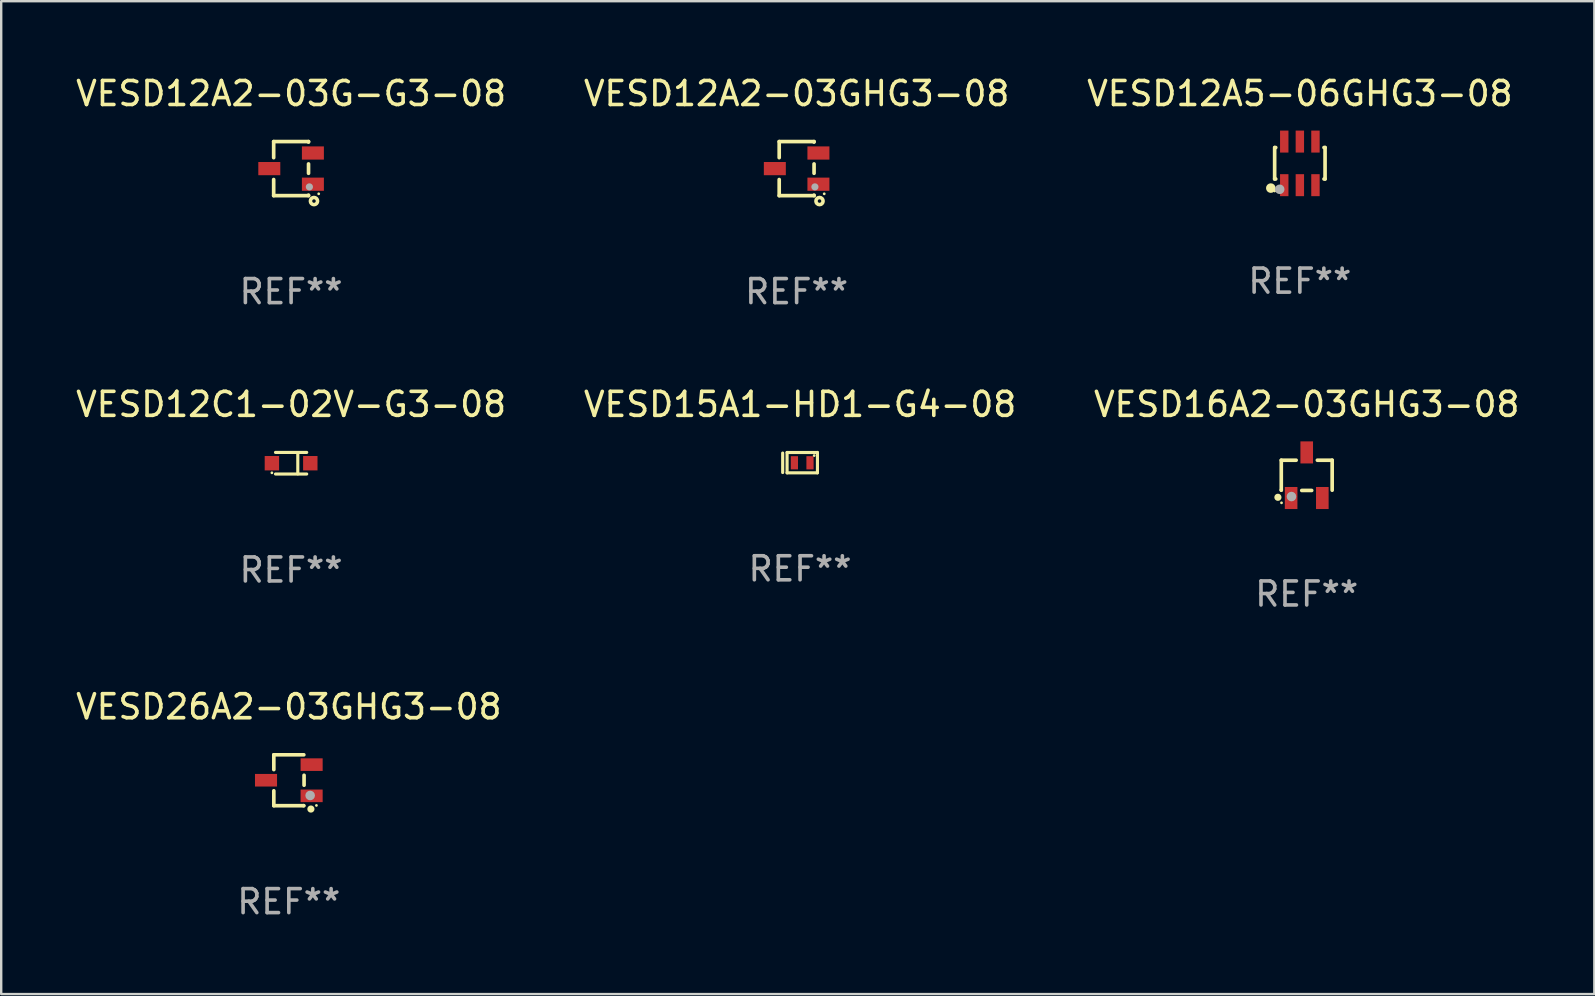
<source format=kicad_pcb>
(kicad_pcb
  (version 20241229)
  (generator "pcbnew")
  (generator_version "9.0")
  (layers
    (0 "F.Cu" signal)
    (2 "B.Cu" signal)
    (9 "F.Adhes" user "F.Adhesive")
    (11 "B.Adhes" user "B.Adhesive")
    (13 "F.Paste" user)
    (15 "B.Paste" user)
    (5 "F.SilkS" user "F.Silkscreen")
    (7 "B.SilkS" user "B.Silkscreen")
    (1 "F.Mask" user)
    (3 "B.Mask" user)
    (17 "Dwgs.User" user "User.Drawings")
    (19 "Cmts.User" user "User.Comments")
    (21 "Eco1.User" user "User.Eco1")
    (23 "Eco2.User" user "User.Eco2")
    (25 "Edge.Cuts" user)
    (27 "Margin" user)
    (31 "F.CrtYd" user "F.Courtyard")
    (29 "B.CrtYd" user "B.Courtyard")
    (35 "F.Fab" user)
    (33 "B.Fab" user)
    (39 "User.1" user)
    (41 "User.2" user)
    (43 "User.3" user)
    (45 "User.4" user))
  (footprint "VESD12A2-03G-G3-08"
    (layer "F.Cu")
    (at 9.077 3.974)
    (property "Reference" "VESD12A2-03G-G3-08" (at 0 -3.126 0) (layer "F.SilkS") (effects (font (size 1 1) (thickness 0.15))))
    (attr through_hole)
    (fp_line (start -0.726 -0.455) (end -0.726 -1.126) (stroke (width 0.152) (type solid)) (layer "F.SilkS"))
    (fp_line (start -0.726 1.126) (end -0.726 0.455) (stroke (width 0.152) (type solid)) (layer "F.SilkS"))
    (fp_line (start 0.726 -1.126) (end -0.726 -1.126) (stroke (width 0.152) (type solid)) (layer "F.SilkS"))
    (fp_line (start 0.726 -1.126) (end 0.726 -1.105) (stroke (width 0.152) (type solid)) (layer "F.SilkS"))
    (fp_line (start 0.726 -0.195) (end 0.726 0.195) (stroke (width 0.152) (type solid)) (layer "F.SilkS"))
    (fp_line (start 0.726 1.105) (end 0.726 1.126) (stroke (width 0.152) (type solid)) (layer "F.SilkS"))
    (fp_line (start 0.726 1.126) (end -0.726 1.126) (stroke (width 0.152) (type solid)) (layer "F.SilkS"))
    (fp_circle (center 0.953 1.352) (end 1.027 1.352) (stroke (width 0.15) (type solid)) (fill no) (layer "F.SilkS"))
    (fp_circle (center 1.15 1.05) (end 1.18 1.05) (stroke (width 0.06) (type solid)) (fill no) (layer "F.SilkS"))
    (fp_circle (center 0.762 0.762) (end 0.837 0.762) (stroke (width 0.15) (type solid)) (fill no) (layer "F.Fab"))
    (fp_text user "REF**" (at 0 5.126 0) (layer "F.Fab") (effects (font (size 1 1) (thickness 0.15))))
    (pad "1" smd rect (at 0.908 0.65 90) (size 0.55 0.916) (layers "F.Cu" "F.Mask" "F.Paste"))
    (pad "2" smd rect (at 0.908 -0.65 90) (size 0.55 0.916) (layers "F.Cu" "F.Mask" "F.Paste"))
    (pad "3" smd rect (at -0.908 0.000064 90) (size 0.55 0.916) (layers "F.Cu" "F.Mask" "F.Paste")))
  (footprint "VESD15A1-HD1-G4-08"
    (layer "F.Cu")
    (at 30.28 16.223)
    (property "Reference" "VESD15A1-HD1-G4-08" (at 0 -2.425 0) (layer "F.SilkS") (effects (font (size 1 1) (thickness 0.15))))
    (attr through_hole)
    (fp_line (start -0.724 -0.4) (end -0.724 0.413) (stroke (width 0.13) (type solid)) (layer "F.SilkS"))
    (fp_line (start -0.541 0.425) (end -0.541 -0.423) (stroke (width 0.13) (type solid)) (layer "F.SilkS"))
    (fp_line (start -0.541 0.425) (end 0.719 0.425) (stroke (width 0.13) (type solid)) (layer "F.SilkS"))
    (fp_line (start 0.719 -0.423) (end -0.541 -0.423) (stroke (width 0.13) (type solid)) (layer "F.SilkS"))
    (fp_line (start 0.724 0.425) (end 0.724 -0.425) (stroke (width 0.13) (type solid)) (layer "F.SilkS"))
    (fp_circle (center 0.589 -0.294) (end 0.619 -0.294) (stroke (width 0.06) (type solid)) (fill no) (layer "F.SilkS"))
    (fp_text user "REF**" (at 0 4.425 0) (layer "F.Fab") (effects (font (size 1 1) (thickness 0.15))))
    (pad "1" smd rect (at 0.414 0.006) (size 0.3 0.55) (layers "F.Cu" "F.Mask" "F.Paste"))
    (pad "2" smd rect (at -0.236 0.006 180) (size 0.3 0.55) (layers "F.Cu" "F.Mask" "F.Paste")))
  (footprint "VESD26A2-03GHG3-08"
    (layer "F.Cu")
    (at 8.982 29.454)
    (property "Reference" "VESD26A2-03GHG3-08" (at 0 -3.06 0) (layer "F.SilkS") (effects (font (size 1 1) (thickness 0.15))))
    (attr through_hole)
    (fp_line (start -0.625 -1.06) (end -0.625 -0.443) (stroke (width 0.152) (type solid)) (layer "F.SilkS"))
    (fp_line (start -0.625 -1.06) (end 0.625 -1.06) (stroke (width 0.152) (type solid)) (layer "F.SilkS"))
    (fp_line (start -0.625 0.44) (end -0.625 1.06) (stroke (width 0.152) (type solid)) (layer "F.SilkS"))
    (fp_line (start -0.625 1.06) (end 0.615 1.06) (stroke (width 0.152) (type solid)) (layer "F.SilkS"))
    (fp_line (start 0.615 1.06) (end 0.625 1.06) (stroke (width 0.152) (type solid)) (layer "F.SilkS"))
    (fp_line (start 0.635 0.207) (end 0.635 -0.207) (stroke (width 0.152) (type solid)) (layer "F.SilkS"))
    (fp_circle (center 0.92 1.2) (end 0.995 1.2) (stroke (width 0.15) (type solid)) (fill no) (layer "F.SilkS"))
    (fp_circle (center 1.15 1.05) (end 1.18 1.05) (stroke (width 0.06) (type solid)) (fill no) (layer "F.SilkS"))
    (fp_circle (center 0.889 0.635) (end 0.989 0.635) (stroke (width 0.2) (type solid)) (fill no) (layer "F.Fab"))
    (fp_text user "REF**" (at 0 5.06 0) (layer "F.Fab") (effects (font (size 1 1) (thickness 0.15))))
    (pad "1" smd rect (at 0.95 0.65 90) (size 0.525 0.919) (layers "F.Cu" "F.Mask" "F.Paste"))
    (pad "2" smd rect (at 0.95 -0.65 90) (size 0.525 0.919) (layers "F.Cu" "F.Mask" "F.Paste"))
    (pad "3" smd rect (at -0.95 0.000102 90) (size 0.525 0.919) (layers "F.Cu" "F.Mask" "F.Paste")))
  (footprint "VESD12C1-02V-G3-08"
    (layer "F.Cu")
    (at 9.077 16.247)
    (property "Reference" "VESD12C1-02V-G3-08" (at 0 -2.45 0) (layer "F.SilkS") (effects (font (size 1 1) (thickness 0.15))))
    (attr through_hole)
    (fp_line (start -0.65 -0.45) (end 0.65 -0.45) (stroke (width 0.13) (type solid)) (layer "F.SilkS"))
    (fp_line (start -0.65 0.45) (end 0.65 0.45) (stroke (width 0.13) (type solid)) (layer "F.SilkS"))
    (fp_line (start 0.279 -0.406) (end 0.279 0.444) (stroke (width 0.13) (type solid)) (layer "F.SilkS"))
    (fp_circle (center -0.8 0.4) (end -0.77 0.4) (stroke (width 0.06) (type solid)) (fill no) (layer "F.SilkS"))
    (fp_text user "REF**" (at 0 4.45 0) (layer "F.Fab") (effects (font (size 1 1) (thickness 0.15))))
    (pad "1" smd rect (at -0.8 0) (size 0.6 0.6) (layers "F.Cu" "F.Mask" "F.Paste"))
    (pad "2" smd rect (at 0.8 0 180) (size 0.6 0.6) (layers "F.Cu" "F.Mask" "F.Paste")))
  (footprint "VESD12A5-06GHG3-08"
    (layer "F.Cu")
    (at 51.101 3.756)
    (property "Reference" "VESD12A5-06GHG3-08" (at 0 -2.908 0) (layer "F.SilkS") (effects (font (size 1 1) (thickness 0.15))))
    (attr through_hole)
    (fp_line (start -1.05 -0.66) (end -1.05 0.65) (stroke (width 0.152) (type solid)) (layer "F.SilkS"))
    (fp_line (start -1.05 0.65) (end -1.005 0.65) (stroke (width 0.152) (type solid)) (layer "F.SilkS"))
    (fp_line (start -1.005 -0.66) (end -1.04 -0.66) (stroke (width 0.152) (type solid)) (layer "F.SilkS"))
    (fp_line (start 1.005 0.65) (end 1.05 0.65) (stroke (width 0.152) (type solid)) (layer "F.SilkS"))
    (fp_line (start 1.05 -0.66) (end 1.005 -0.66) (stroke (width 0.152) (type solid)) (layer "F.SilkS"))
    (fp_line (start 1.05 0.65) (end 1.05 -0.66) (stroke (width 0.152) (type solid)) (layer "F.SilkS"))
    (fp_circle (center -1.21 1.03) (end -1.11 1.03) (stroke (width 0.2) (type solid)) (fill no) (layer "F.SilkS"))
    (fp_circle (center -1.05 1.15) (end -1.02 1.15) (stroke (width 0.06) (type solid)) (fill no) (layer "F.SilkS"))
    (fp_circle (center -0.84 1.08) (end -0.74 1.08) (stroke (width 0.2) (type solid)) (fill no) (layer "F.Fab"))
    (fp_text user "REF**" (at 0 4.908 0) (layer "F.Fab") (effects (font (size 1 1) (thickness 0.15))))
    (pad "1" smd rect (at -0.65 0.908) (size 0.35 0.916) (layers "F.Cu" "F.Mask" "F.Paste"))
    (pad "2" smd rect (at -0.000013 0.908) (size 0.35 0.916) (layers "F.Cu" "F.Mask" "F.Paste"))
    (pad "3" smd rect (at 0.65 0.908) (size 0.35 0.916) (layers "F.Cu" "F.Mask" "F.Paste"))
    (pad "4" smd rect (at 0.65 -0.908) (size 0.35 0.916) (layers "F.Cu" "F.Mask" "F.Paste"))
    (pad "5" smd rect (at -0.000013 -0.908) (size 0.35 0.916) (layers "F.Cu" "F.Mask" "F.Paste"))
    (pad "6" smd rect (at -0.65 -0.908) (size 0.35 0.916) (layers "F.Cu" "F.Mask" "F.Paste")))
  (footprint "VESD16A2-03GHG3-08"
    (layer "F.Cu")
    (at 51.387 16.747)
    (property "Reference" "VESD16A2-03GHG3-08" (at 0 -2.95 0) (layer "F.SilkS") (effects (font (size 1 1) (thickness 0.15))))
    (attr through_hole)
    (fp_line (start -1.06 -0.625) (end -1.06 0.615) (stroke (width 0.152) (type solid)) (layer "F.SilkS"))
    (fp_line (start -1.06 0.615) (end -1.06 0.625) (stroke (width 0.152) (type solid)) (layer "F.SilkS"))
    (fp_line (start -0.44 -0.625) (end -1.06 -0.625) (stroke (width 0.152) (type solid)) (layer "F.SilkS"))
    (fp_line (start -0.207 0.635) (end 0.207 0.635) (stroke (width 0.152) (type solid)) (layer "F.SilkS"))
    (fp_line (start 1.06 -0.625) (end 0.443 -0.625) (stroke (width 0.152) (type solid)) (layer "F.SilkS"))
    (fp_line (start 1.06 -0.625) (end 1.06 0.625) (stroke (width 0.152) (type solid)) (layer "F.SilkS"))
    (fp_circle (center -1.2 0.92) (end -1.125 0.92) (stroke (width 0.15) (type solid)) (fill no) (layer "F.SilkS"))
    (fp_circle (center -1.05 1.15) (end -1.02 1.15) (stroke (width 0.06) (type solid)) (fill no) (layer "F.SilkS"))
    (fp_circle (center -0.635 0.889) (end -0.535 0.889) (stroke (width 0.2) (type solid)) (fill no) (layer "F.Fab"))
    (fp_text user "REF**" (at 0 4.95 0) (layer "F.Fab") (effects (font (size 1 1) (thickness 0.15))))
    (pad "1" smd rect (at -0.65 0.95) (size 0.525 0.919) (layers "F.Cu" "F.Mask" "F.Paste"))
    (pad "2" smd rect (at 0.65 0.95) (size 0.525 0.919) (layers "F.Cu" "F.Mask" "F.Paste"))
    (pad "3" smd rect (at 0 -0.95) (size 0.525 0.919) (layers "F.Cu" "F.Mask" "F.Paste")))
  (footprint "VESD12A2-03GHG3-08"
    (layer "F.Cu")
    (at 30.137 3.974)
    (property "Reference" "VESD12A2-03GHG3-08" (at 0 -3.126 0) (layer "F.SilkS") (effects (font (size 1 1) (thickness 0.15))))
    (attr through_hole)
    (fp_line (start -0.726 -0.455) (end -0.726 -1.126) (stroke (width 0.152) (type solid)) (layer "F.SilkS"))
    (fp_line (start -0.726 1.126) (end -0.726 0.455) (stroke (width 0.152) (type solid)) (layer "F.SilkS"))
    (fp_line (start 0.726 -1.126) (end -0.726 -1.126) (stroke (width 0.152) (type solid)) (layer "F.SilkS"))
    (fp_line (start 0.726 -1.126) (end 0.726 -1.105) (stroke (width 0.152) (type solid)) (layer "F.SilkS"))
    (fp_line (start 0.726 -0.195) (end 0.726 0.195) (stroke (width 0.152) (type solid)) (layer "F.SilkS"))
    (fp_line (start 0.726 1.105) (end 0.726 1.126) (stroke (width 0.152) (type solid)) (layer "F.SilkS"))
    (fp_line (start 0.726 1.126) (end -0.726 1.126) (stroke (width 0.152) (type solid)) (layer "F.SilkS"))
    (fp_circle (center 0.953 1.352) (end 1.027 1.352) (stroke (width 0.15) (type solid)) (fill no) (layer "F.SilkS"))
    (fp_circle (center 1.15 1.05) (end 1.18 1.05) (stroke (width 0.06) (type solid)) (fill no) (layer "F.SilkS"))
    (fp_circle (center 0.762 0.762) (end 0.837 0.762) (stroke (width 0.15) (type solid)) (fill no) (layer "F.Fab"))
    (fp_text user "REF**" (at 0 5.126 0) (layer "F.Fab") (effects (font (size 1 1) (thickness 0.15))))
    (pad "1" smd rect (at 0.908 0.65 90) (size 0.55 0.916) (layers "F.Cu" "F.Mask" "F.Paste"))
    (pad "2" smd rect (at 0.908 -0.65 90) (size 0.55 0.916) (layers "F.Cu" "F.Mask" "F.Paste"))
    (pad "3" smd rect (at -0.908 0.000064 90) (size 0.55 0.916) (layers "F.Cu" "F.Mask" "F.Paste")))
  (gr_rect
    (start -3 -3)
    (end 63.369 38.362)
    (stroke (width 0.1) (type default))
    (fill no)
    (layer "Edge.Cuts")))
</source>
